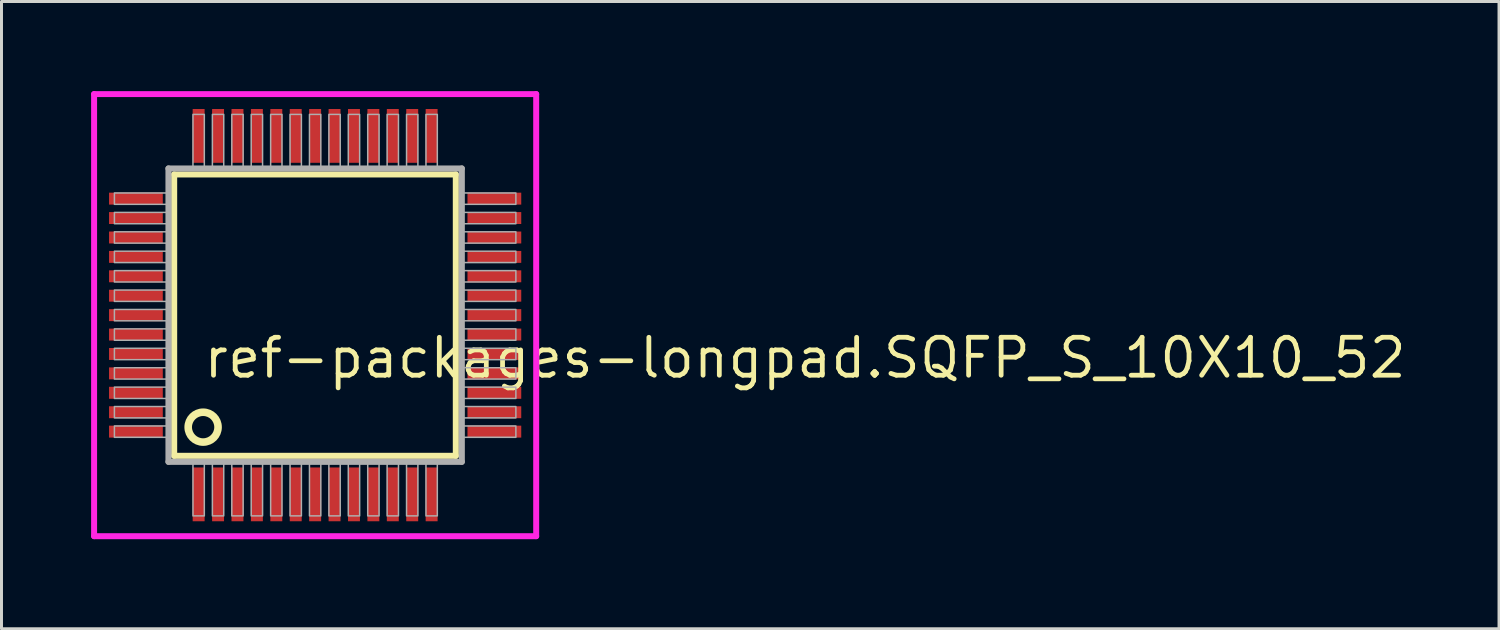
<source format=kicad_pcb>
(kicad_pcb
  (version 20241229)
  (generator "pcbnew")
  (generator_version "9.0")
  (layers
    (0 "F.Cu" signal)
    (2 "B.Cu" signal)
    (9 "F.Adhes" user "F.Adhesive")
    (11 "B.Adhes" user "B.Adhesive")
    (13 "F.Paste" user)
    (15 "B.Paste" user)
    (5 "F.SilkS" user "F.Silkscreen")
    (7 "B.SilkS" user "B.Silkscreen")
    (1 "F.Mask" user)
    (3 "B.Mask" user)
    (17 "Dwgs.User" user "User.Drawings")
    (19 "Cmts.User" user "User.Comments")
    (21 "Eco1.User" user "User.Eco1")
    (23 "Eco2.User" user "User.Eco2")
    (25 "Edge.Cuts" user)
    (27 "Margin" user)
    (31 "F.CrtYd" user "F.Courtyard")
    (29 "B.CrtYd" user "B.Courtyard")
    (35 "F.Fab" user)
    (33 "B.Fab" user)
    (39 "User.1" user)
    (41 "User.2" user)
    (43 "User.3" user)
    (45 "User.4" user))
  (footprint "ref-packages-longpad.SQFP_S_10X10_52"
    (layer "F.Cu")
    (at 7.5 7.5)
    (property "Reference" "ref-packages-longpad.SQFP_S_10X10_52" (at -3.81 2.175 0) (layer "F.SilkS") (effects (font (size 1.27 1.27) (thickness 0.16)) (justify left bottom)))
    (attr smd)
    (fp_line (start -4.72 -4.71) (end 4.71 -4.71) (stroke (width 0.203) (type default)) (layer "F.SilkS"))
    (fp_line (start -4.72 4.71) (end -4.72 -4.71) (stroke (width 0.203) (type default)) (layer "F.SilkS"))
    (fp_line (start 4.71 -4.71) (end 4.71 4.71) (stroke (width 0.203) (type default)) (layer "F.SilkS"))
    (fp_line (start 4.71 4.71) (end -4.72 4.71) (stroke (width 0.203) (type default)) (layer "F.SilkS"))
    (fp_circle (center -3.75 3.75) (end -3.25 3.75) (stroke (width 0.254) (type default)) (fill no) (layer "F.SilkS"))
    (fp_line (start -7.4 -7.4) (end 7.4 -7.4) (stroke (width 0.2) (type default)) (layer "F.CrtYd"))
    (fp_line (start -7.4 7.4) (end -7.4 -7.4) (stroke (width 0.2) (type default)) (layer "F.CrtYd"))
    (fp_line (start 7.4 -7.4) (end 7.4 7.4) (stroke (width 0.2) (type default)) (layer "F.CrtYd"))
    (fp_line (start 7.4 7.4) (end -7.4 7.4) (stroke (width 0.2) (type default)) (layer "F.CrtYd"))
    (fp_line (start -4.91 -4.91) (end -4.91 4.91) (stroke (width 0.203) (type default)) (layer "F.Fab"))
    (fp_line (start -4.91 4.91) (end 4.91 4.91) (stroke (width 0.203) (type default)) (layer "F.Fab"))
    (fp_line (start 4.91 -4.91) (end -4.91 -4.91) (stroke (width 0.203) (type default)) (layer "F.Fab"))
    (fp_line (start 4.91 4.91) (end 4.91 -4.91) (stroke (width 0.203) (type default)) (layer "F.Fab"))
    (fp_rect (start -6.72 -3.71) (end -4.95 -4.09) (stroke (width 0.05) (type default)) (fill no) (layer "F.Fab"))
    (fp_rect (start -6.72 -3.06) (end -4.95 -3.44) (stroke (width 0.05) (type default)) (fill no) (layer "F.Fab"))
    (fp_rect (start -6.72 -2.41) (end -4.95 -2.79) (stroke (width 0.05) (type default)) (fill no) (layer "F.Fab"))
    (fp_rect (start -6.72 -1.76) (end -4.95 -2.14) (stroke (width 0.05) (type default)) (fill no) (layer "F.Fab"))
    (fp_rect (start -6.72 -1.11) (end -4.95 -1.49) (stroke (width 0.05) (type default)) (fill no) (layer "F.Fab"))
    (fp_rect (start -6.72 -0.46) (end -4.95 -0.84) (stroke (width 0.05) (type default)) (fill no) (layer "F.Fab"))
    (fp_rect (start -6.72 0.19) (end -4.95 -0.19) (stroke (width 0.05) (type default)) (fill no) (layer "F.Fab"))
    (fp_rect (start -6.72 0.84) (end -4.95 0.46) (stroke (width 0.05) (type default)) (fill no) (layer "F.Fab"))
    (fp_rect (start -6.72 1.49) (end -4.95 1.11) (stroke (width 0.05) (type default)) (fill no) (layer "F.Fab"))
    (fp_rect (start -6.72 2.14) (end -4.95 1.76) (stroke (width 0.05) (type default)) (fill no) (layer "F.Fab"))
    (fp_rect (start -6.72 2.79) (end -4.95 2.41) (stroke (width 0.05) (type default)) (fill no) (layer "F.Fab"))
    (fp_rect (start -6.72 3.44) (end -4.95 3.06) (stroke (width 0.05) (type default)) (fill no) (layer "F.Fab"))
    (fp_rect (start -6.72 4.09) (end -4.95 3.71) (stroke (width 0.05) (type default)) (fill no) (layer "F.Fab"))
    (fp_rect (start -4.09 -4.95) (end -3.71 -6.72) (stroke (width 0.05) (type default)) (fill no) (layer "F.Fab"))
    (fp_rect (start -4.09 6.72) (end -3.71 4.95) (stroke (width 0.05) (type default)) (fill no) (layer "F.Fab"))
    (fp_rect (start -3.44 -4.95) (end -3.06 -6.72) (stroke (width 0.05) (type default)) (fill no) (layer "F.Fab"))
    (fp_rect (start -3.44 6.72) (end -3.06 4.95) (stroke (width 0.05) (type default)) (fill no) (layer "F.Fab"))
    (fp_rect (start -2.79 -4.95) (end -2.41 -6.72) (stroke (width 0.05) (type default)) (fill no) (layer "F.Fab"))
    (fp_rect (start -2.79 6.72) (end -2.41 4.95) (stroke (width 0.05) (type default)) (fill no) (layer "F.Fab"))
    (fp_rect (start -2.14 -4.95) (end -1.76 -6.72) (stroke (width 0.05) (type default)) (fill no) (layer "F.Fab"))
    (fp_rect (start -2.14 6.72) (end -1.76 4.95) (stroke (width 0.05) (type default)) (fill no) (layer "F.Fab"))
    (fp_rect (start -1.49 -4.95) (end -1.11 -6.72) (stroke (width 0.05) (type default)) (fill no) (layer "F.Fab"))
    (fp_rect (start -1.49 6.72) (end -1.11 4.95) (stroke (width 0.05) (type default)) (fill no) (layer "F.Fab"))
    (fp_rect (start -0.84 -4.95) (end -0.46 -6.72) (stroke (width 0.05) (type default)) (fill no) (layer "F.Fab"))
    (fp_rect (start -0.84 6.72) (end -0.46 4.95) (stroke (width 0.05) (type default)) (fill no) (layer "F.Fab"))
    (fp_rect (start -0.19 -4.95) (end 0.19 -6.72) (stroke (width 0.05) (type default)) (fill no) (layer "F.Fab"))
    (fp_rect (start -0.19 6.72) (end 0.19 4.95) (stroke (width 0.05) (type default)) (fill no) (layer "F.Fab"))
    (fp_rect (start 0.46 -4.95) (end 0.84 -6.72) (stroke (width 0.05) (type default)) (fill no) (layer "F.Fab"))
    (fp_rect (start 0.46 6.72) (end 0.84 4.95) (stroke (width 0.05) (type default)) (fill no) (layer "F.Fab"))
    (fp_rect (start 1.11 -4.95) (end 1.49 -6.72) (stroke (width 0.05) (type default)) (fill no) (layer "F.Fab"))
    (fp_rect (start 1.11 6.72) (end 1.49 4.95) (stroke (width 0.05) (type default)) (fill no) (layer "F.Fab"))
    (fp_rect (start 1.76 -4.95) (end 2.14 -6.72) (stroke (width 0.05) (type default)) (fill no) (layer "F.Fab"))
    (fp_rect (start 1.76 6.72) (end 2.14 4.95) (stroke (width 0.05) (type default)) (fill no) (layer "F.Fab"))
    (fp_rect (start 2.41 -4.95) (end 2.79 -6.72) (stroke (width 0.05) (type default)) (fill no) (layer "F.Fab"))
    (fp_rect (start 2.41 6.72) (end 2.79 4.95) (stroke (width 0.05) (type default)) (fill no) (layer "F.Fab"))
    (fp_rect (start 3.06 -4.95) (end 3.44 -6.72) (stroke (width 0.05) (type default)) (fill no) (layer "F.Fab"))
    (fp_rect (start 3.06 6.72) (end 3.44 4.95) (stroke (width 0.05) (type default)) (fill no) (layer "F.Fab"))
    (fp_rect (start 3.71 -4.95) (end 4.09 -6.72) (stroke (width 0.05) (type default)) (fill no) (layer "F.Fab"))
    (fp_rect (start 3.71 6.72) (end 4.09 4.95) (stroke (width 0.05) (type default)) (fill no) (layer "F.Fab"))
    (fp_rect (start 4.95 -3.71) (end 6.72 -4.09) (stroke (width 0.05) (type default)) (fill no) (layer "F.Fab"))
    (fp_rect (start 4.95 -3.06) (end 6.72 -3.44) (stroke (width 0.05) (type default)) (fill no) (layer "F.Fab"))
    (fp_rect (start 4.95 -2.41) (end 6.72 -2.79) (stroke (width 0.05) (type default)) (fill no) (layer "F.Fab"))
    (fp_rect (start 4.95 -1.76) (end 6.72 -2.14) (stroke (width 0.05) (type default)) (fill no) (layer "F.Fab"))
    (fp_rect (start 4.95 -1.11) (end 6.72 -1.49) (stroke (width 0.05) (type default)) (fill no) (layer "F.Fab"))
    (fp_rect (start 4.95 -0.46) (end 6.72 -0.84) (stroke (width 0.05) (type default)) (fill no) (layer "F.Fab"))
    (fp_rect (start 4.95 0.19) (end 6.72 -0.19) (stroke (width 0.05) (type default)) (fill no) (layer "F.Fab"))
    (fp_rect (start 4.95 0.84) (end 6.72 0.46) (stroke (width 0.05) (type default)) (fill no) (layer "F.Fab"))
    (fp_rect (start 4.95 1.49) (end 6.72 1.11) (stroke (width 0.05) (type default)) (fill no) (layer "F.Fab"))
    (fp_rect (start 4.95 2.14) (end 6.72 1.76) (stroke (width 0.05) (type default)) (fill no) (layer "F.Fab"))
    (fp_rect (start 4.95 2.79) (end 6.72 2.41) (stroke (width 0.05) (type default)) (fill no) (layer "F.Fab"))
    (fp_rect (start 4.95 3.44) (end 6.72 3.06) (stroke (width 0.05) (type default)) (fill no) (layer "F.Fab"))
    (fp_rect (start 4.95 4.09) (end 6.72 3.71) (stroke (width 0.05) (type default)) (fill no) (layer "F.Fab"))
    (pad "1" smd roundrect (at -3.9 6) (size 0.4 1.8) (layers "F.Cu" "F.Mask" "F.Paste") (roundrect_rratio 0.01))
    (pad "2" smd roundrect (at -3.25 6) (size 0.4 1.8) (layers "F.Cu" "F.Mask" "F.Paste") (roundrect_rratio 0.01))
    (pad "3" smd roundrect (at -2.6 6) (size 0.4 1.8) (layers "F.Cu" "F.Mask" "F.Paste") (roundrect_rratio 0.01))
    (pad "4" smd roundrect (at -1.95 6) (size 0.4 1.8) (layers "F.Cu" "F.Mask" "F.Paste") (roundrect_rratio 0.01))
    (pad "5" smd roundrect (at -1.3 6) (size 0.4 1.8) (layers "F.Cu" "F.Mask" "F.Paste") (roundrect_rratio 0.01))
    (pad "6" smd roundrect (at -0.65 6) (size 0.4 1.8) (layers "F.Cu" "F.Mask" "F.Paste") (roundrect_rratio 0.01))
    (pad "7" smd roundrect (at 0 6) (size 0.4 1.8) (layers "F.Cu" "F.Mask" "F.Paste") (roundrect_rratio 0.01))
    (pad "8" smd roundrect (at 0.65 6) (size 0.4 1.8) (layers "F.Cu" "F.Mask" "F.Paste") (roundrect_rratio 0.01))
    (pad "9" smd roundrect (at 1.3 6) (size 0.4 1.8) (layers "F.Cu" "F.Mask" "F.Paste") (roundrect_rratio 0.01))
    (pad "10" smd roundrect (at 1.95 6) (size 0.4 1.8) (layers "F.Cu" "F.Mask" "F.Paste") (roundrect_rratio 0.01))
    (pad "11" smd roundrect (at 2.6 6) (size 0.4 1.8) (layers "F.Cu" "F.Mask" "F.Paste") (roundrect_rratio 0.01))
    (pad "12" smd roundrect (at 3.25 6) (size 0.4 1.8) (layers "F.Cu" "F.Mask" "F.Paste") (roundrect_rratio 0.01))
    (pad "13" smd roundrect (at 3.9 6) (size 0.4 1.8) (layers "F.Cu" "F.Mask" "F.Paste") (roundrect_rratio 0.01))
    (pad "14" smd roundrect (at 6 3.9) (size 1.8 0.4) (layers "F.Cu" "F.Mask" "F.Paste") (roundrect_rratio 0.01))
    (pad "15" smd roundrect (at 6 3.25) (size 1.8 0.4) (layers "F.Cu" "F.Mask" "F.Paste") (roundrect_rratio 0.01))
    (pad "16" smd roundrect (at 6 2.6) (size 1.8 0.4) (layers "F.Cu" "F.Mask" "F.Paste") (roundrect_rratio 0.01))
    (pad "17" smd roundrect (at 6 1.95) (size 1.8 0.4) (layers "F.Cu" "F.Mask" "F.Paste") (roundrect_rratio 0.01))
    (pad "18" smd roundrect (at 6 1.3) (size 1.8 0.4) (layers "F.Cu" "F.Mask" "F.Paste") (roundrect_rratio 0.01))
    (pad "19" smd roundrect (at 6 0.65) (size 1.8 0.4) (layers "F.Cu" "F.Mask" "F.Paste") (roundrect_rratio 0.01))
    (pad "20" smd roundrect (at 6 0) (size 1.8 0.4) (layers "F.Cu" "F.Mask" "F.Paste") (roundrect_rratio 0.01))
    (pad "21" smd roundrect (at 6 -0.65) (size 1.8 0.4) (layers "F.Cu" "F.Mask" "F.Paste") (roundrect_rratio 0.01))
    (pad "22" smd roundrect (at 6 -1.3) (size 1.8 0.4) (layers "F.Cu" "F.Mask" "F.Paste") (roundrect_rratio 0.01))
    (pad "23" smd roundrect (at 6 -1.95) (size 1.8 0.4) (layers "F.Cu" "F.Mask" "F.Paste") (roundrect_rratio 0.01))
    (pad "24" smd roundrect (at 6 -2.6) (size 1.8 0.4) (layers "F.Cu" "F.Mask" "F.Paste") (roundrect_rratio 0.01))
    (pad "25" smd roundrect (at 6 -3.25) (size 1.8 0.4) (layers "F.Cu" "F.Mask" "F.Paste") (roundrect_rratio 0.01))
    (pad "26" smd roundrect (at 6 -3.9) (size 1.8 0.4) (layers "F.Cu" "F.Mask" "F.Paste") (roundrect_rratio 0.01))
    (pad "27" smd roundrect (at 3.9 -6) (size 0.4 1.8) (layers "F.Cu" "F.Mask" "F.Paste") (roundrect_rratio 0.01))
    (pad "28" smd roundrect (at 3.25 -6) (size 0.4 1.8) (layers "F.Cu" "F.Mask" "F.Paste") (roundrect_rratio 0.01))
    (pad "29" smd roundrect (at 2.6 -6) (size 0.4 1.8) (layers "F.Cu" "F.Mask" "F.Paste") (roundrect_rratio 0.01))
    (pad "30" smd roundrect (at 1.95 -6) (size 0.4 1.8) (layers "F.Cu" "F.Mask" "F.Paste") (roundrect_rratio 0.01))
    (pad "31" smd roundrect (at 1.3 -6) (size 0.4 1.8) (layers "F.Cu" "F.Mask" "F.Paste") (roundrect_rratio 0.01))
    (pad "32" smd roundrect (at 0.65 -6) (size 0.4 1.8) (layers "F.Cu" "F.Mask" "F.Paste") (roundrect_rratio 0.01))
    (pad "33" smd roundrect (at 0 -6) (size 0.4 1.8) (layers "F.Cu" "F.Mask" "F.Paste") (roundrect_rratio 0.01))
    (pad "34" smd roundrect (at -0.65 -6) (size 0.4 1.8) (layers "F.Cu" "F.Mask" "F.Paste") (roundrect_rratio 0.01))
    (pad "35" smd roundrect (at -1.3 -6) (size 0.4 1.8) (layers "F.Cu" "F.Mask" "F.Paste") (roundrect_rratio 0.01))
    (pad "36" smd roundrect (at -1.95 -6) (size 0.4 1.8) (layers "F.Cu" "F.Mask" "F.Paste") (roundrect_rratio 0.01))
    (pad "37" smd roundrect (at -2.6 -6) (size 0.4 1.8) (layers "F.Cu" "F.Mask" "F.Paste") (roundrect_rratio 0.01))
    (pad "38" smd roundrect (at -3.25 -6) (size 0.4 1.8) (layers "F.Cu" "F.Mask" "F.Paste") (roundrect_rratio 0.01))
    (pad "39" smd roundrect (at -3.9 -6) (size 0.4 1.8) (layers "F.Cu" "F.Mask" "F.Paste") (roundrect_rratio 0.01))
    (pad "40" smd roundrect (at -6 -3.9) (size 1.8 0.4) (layers "F.Cu" "F.Mask" "F.Paste") (roundrect_rratio 0.01))
    (pad "41" smd roundrect (at -6 -3.25) (size 1.8 0.4) (layers "F.Cu" "F.Mask" "F.Paste") (roundrect_rratio 0.01))
    (pad "42" smd roundrect (at -6 -2.6) (size 1.8 0.4) (layers "F.Cu" "F.Mask" "F.Paste") (roundrect_rratio 0.01))
    (pad "43" smd roundrect (at -6 -1.95) (size 1.8 0.4) (layers "F.Cu" "F.Mask" "F.Paste") (roundrect_rratio 0.01))
    (pad "44" smd roundrect (at -6 -1.3) (size 1.8 0.4) (layers "F.Cu" "F.Mask" "F.Paste") (roundrect_rratio 0.01))
    (pad "45" smd roundrect (at -6 -0.65) (size 1.8 0.4) (layers "F.Cu" "F.Mask" "F.Paste") (roundrect_rratio 0.01))
    (pad "46" smd roundrect (at -6 0) (size 1.8 0.4) (layers "F.Cu" "F.Mask" "F.Paste") (roundrect_rratio 0.01))
    (pad "47" smd roundrect (at -6 0.65) (size 1.8 0.4) (layers "F.Cu" "F.Mask" "F.Paste") (roundrect_rratio 0.01))
    (pad "48" smd roundrect (at -6 1.3) (size 1.8 0.4) (layers "F.Cu" "F.Mask" "F.Paste") (roundrect_rratio 0.01))
    (pad "49" smd roundrect (at -6 1.95) (size 1.8 0.4) (layers "F.Cu" "F.Mask" "F.Paste") (roundrect_rratio 0.01))
    (pad "50" smd roundrect (at -6 2.6) (size 1.8 0.4) (layers "F.Cu" "F.Mask" "F.Paste") (roundrect_rratio 0.01))
    (pad "51" smd roundrect (at -6 3.25) (size 1.8 0.4) (layers "F.Cu" "F.Mask" "F.Paste") (roundrect_rratio 0.01))
    (pad "52" smd roundrect (at -6 3.9) (size 1.8 0.4) (layers "F.Cu" "F.Mask" "F.Paste") (roundrect_rratio 0.01)))
  (gr_rect
    (start -3 -3)
    (end 47.133 18)
    (stroke (width 0.1) (type default))
    (fill no)
    (layer "Edge.Cuts")))
</source>
